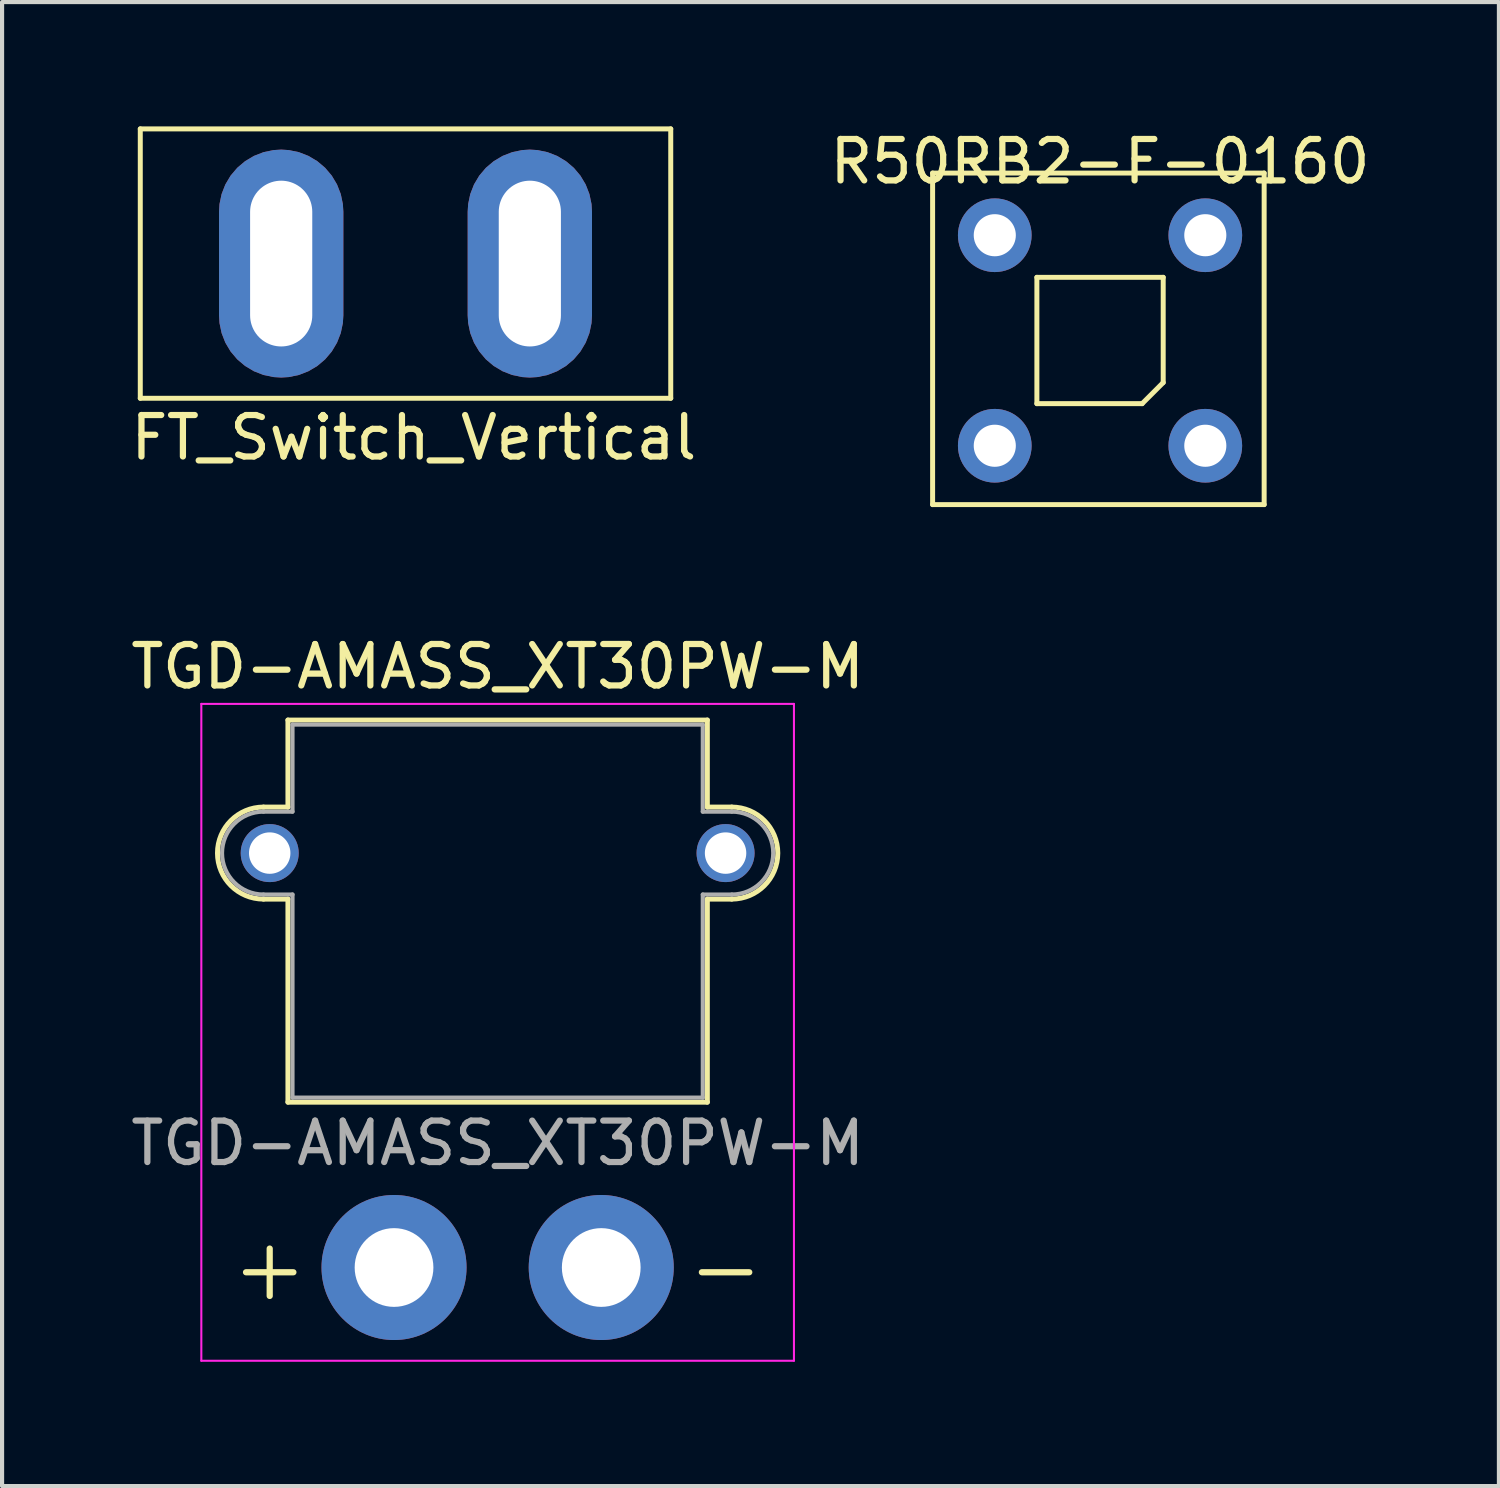
<source format=kicad_pcb>
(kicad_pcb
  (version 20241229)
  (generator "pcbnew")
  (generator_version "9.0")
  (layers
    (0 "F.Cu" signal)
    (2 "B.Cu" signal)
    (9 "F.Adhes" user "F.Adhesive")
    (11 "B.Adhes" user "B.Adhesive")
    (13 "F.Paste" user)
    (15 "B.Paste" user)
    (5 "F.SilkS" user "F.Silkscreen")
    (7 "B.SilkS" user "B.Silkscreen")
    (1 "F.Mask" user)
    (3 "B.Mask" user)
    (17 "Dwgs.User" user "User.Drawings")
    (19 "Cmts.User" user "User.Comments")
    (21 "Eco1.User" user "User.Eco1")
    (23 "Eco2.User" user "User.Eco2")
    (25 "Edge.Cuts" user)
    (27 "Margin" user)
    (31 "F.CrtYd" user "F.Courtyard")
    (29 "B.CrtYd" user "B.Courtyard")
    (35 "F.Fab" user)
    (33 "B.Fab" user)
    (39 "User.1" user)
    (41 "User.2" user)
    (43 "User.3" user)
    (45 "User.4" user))
  (footprint "R50RB2-F-0160"
    (layer "F.Cu")
    (at 20.954 2.626)
    (property "Reference" "R50RB2-F-0160" (at 2.54 -1.778 0) (layer "F.SilkS") (effects (font (size 1 1) (thickness 0.15))))
    (attr through_hole)
    (fp_line (start -1.5 -1.5) (end -1.5 6.5) (stroke (width 0.12) (type solid)) (layer "F.SilkS"))
    (fp_line (start -1.5 6.5) (end 6.5 6.5) (stroke (width 0.12) (type solid)) (layer "F.SilkS"))
    (fp_line (start 1.016 1.016) (end 1.016 4.064) (stroke (width 0.12) (type solid)) (layer "F.SilkS"))
    (fp_line (start 1.016 4.064) (end 3.556 4.064) (stroke (width 0.12) (type solid)) (layer "F.SilkS"))
    (fp_line (start 3.556 4.064) (end 4.064 3.556) (stroke (width 0.12) (type solid)) (layer "F.SilkS"))
    (fp_line (start 4.064 1.016) (end 1.016 1.016) (stroke (width 0.12) (type solid)) (layer "F.SilkS"))
    (fp_line (start 4.064 3.556) (end 4.064 1.016) (stroke (width 0.12) (type solid)) (layer "F.SilkS"))
    (fp_line (start 6.5 -1.5) (end -1.5 -1.5) (stroke (width 0.12) (type solid)) (layer "F.SilkS"))
    (fp_line (start 6.5 6.5) (end 6.5 -1.5) (stroke (width 0.12) (type solid)) (layer "F.SilkS"))
    (pad "1" thru_hole circle (at 0 0) (size 1.778 1.778) (drill 1.016) (layers "*.Cu" "*.Mask"))
    (pad "2" thru_hole circle (at 0 5.08) (size 1.778 1.778) (drill 1.016) (layers "*.Cu" "*.Mask"))
    (pad "3" thru_hole circle (at 5.08 5.08) (size 1.778 1.778) (drill 1.016) (layers "*.Cu" "*.Mask"))
    (pad "4" thru_hole circle (at 5.08 0) (size 1.778 1.778) (drill 1.016) (layers "*.Cu" "*.Mask")))
  (footprint "TGD-AMASS_XT30PW-M"
    (layer "F.Cu")
    (at 8.958 27.535)
    (property "Reference" "TGD-AMASS_XT30PW-M" (at 0 -14.5 0) (layer "F.SilkS") (effects (font (size 1 1) (thickness 0.15))))
    (attr through_hole)
    (fp_line (start -5.65 -11.11) (end -5.06 -11.11) (stroke (width 0.12) (type solid)) (layer "F.SilkS"))
    (fp_line (start -5.65 -8.89) (end -5.06 -8.89) (stroke (width 0.12) (type solid)) (layer "F.SilkS"))
    (fp_line (start -5.06 -13.21) (end -5.06 -11.11) (stroke (width 0.12) (type solid)) (layer "F.SilkS"))
    (fp_line (start -5.06 -13.21) (end 5.06 -13.21) (stroke (width 0.12) (type solid)) (layer "F.SilkS"))
    (fp_line (start -5.06 -8.89) (end -5.06 -3.99) (stroke (width 0.12) (type solid)) (layer "F.SilkS"))
    (fp_line (start -5.06 -3.99) (end 5.06 -3.99) (stroke (width 0.12) (type solid)) (layer "F.SilkS"))
    (fp_line (start 5.06 -13.21) (end 5.06 -11.11) (stroke (width 0.12) (type solid)) (layer "F.SilkS"))
    (fp_line (start 5.06 -11.11) (end 5.65 -11.11) (stroke (width 0.12) (type solid)) (layer "F.SilkS"))
    (fp_line (start 5.06 -8.89) (end 5.06 -3.99) (stroke (width 0.12) (type solid)) (layer "F.SilkS"))
    (fp_line (start 5.06 -8.89) (end 5.65 -8.89) (stroke (width 0.12) (type solid)) (layer "F.SilkS"))
    (fp_arc (start -5.65 -8.89) (mid -6.76 -10) (end -5.65 -11.11) (stroke (width 0.12) (type solid)) (layer "F.SilkS"))
    (fp_arc (start 5.65 -11.11) (mid 6.76 -10) (end 5.65 -8.89) (stroke (width 0.12) (type solid)) (layer "F.SilkS"))
    (fp_line (start -7.15 -13.6) (end -7.15 2.25) (stroke (width 0.05) (type solid)) (layer "F.CrtYd"))
    (fp_line (start -7.15 -13.6) (end 7.15 -13.6) (stroke (width 0.05) (type solid)) (layer "F.CrtYd"))
    (fp_line (start -7.15 2.25) (end 7.15 2.25) (stroke (width 0.05) (type solid)) (layer "F.CrtYd"))
    (fp_line (start 7.15 -13.6) (end 7.15 2.25) (stroke (width 0.05) (type solid)) (layer "F.CrtYd"))
    (fp_line (start -5.65 -11) (end -4.95 -11) (stroke (width 0.1) (type solid)) (layer "F.Fab"))
    (fp_line (start -5.65 -9) (end -4.95 -9) (stroke (width 0.1) (type solid)) (layer "F.Fab"))
    (fp_line (start -4.95 -13.1) (end -4.95 -11) (stroke (width 0.1) (type solid)) (layer "F.Fab"))
    (fp_line (start -4.95 -13.1) (end 4.95 -13.1) (stroke (width 0.1) (type solid)) (layer "F.Fab"))
    (fp_line (start -4.95 -9) (end -4.95 -4.1) (stroke (width 0.1) (type solid)) (layer "F.Fab"))
    (fp_line (start -4.95 -4.1) (end 4.95 -4.1) (stroke (width 0.1) (type solid)) (layer "F.Fab"))
    (fp_line (start 4.95 -13.1) (end 4.95 -11) (stroke (width 0.1) (type solid)) (layer "F.Fab"))
    (fp_line (start 4.95 -11) (end 5.65 -11) (stroke (width 0.1) (type solid)) (layer "F.Fab"))
    (fp_line (start 4.95 -9) (end 4.95 -4.1) (stroke (width 0.1) (type solid)) (layer "F.Fab"))
    (fp_line (start 4.95 -9) (end 5.65 -9) (stroke (width 0.1) (type solid)) (layer "F.Fab"))
    (fp_arc (start -5.65 -9) (mid -6.65 -10) (end -5.65 -11) (stroke (width 0.1) (type solid)) (layer "F.Fab"))
    (fp_arc (start 5.65 -11) (mid 6.65 -10) (end 5.65 -9) (stroke (width 0.1) (type solid)) (layer "F.Fab"))
    (fp_text user "-" (at 5.5 0 0) (layer "F.SilkS") (effects (font (size 1.5 1.5) (thickness 0.15))))
    (fp_text user "+" (at -5.5 0 0) (layer "F.SilkS") (effects (font (size 1.5 1.5) (thickness 0.15))))
    (fp_text user "${REFERENCE}" (at 0 -3 0) (layer "F.Fab") (effects (font (size 1 1) (thickness 0.15))))
    (pad "" thru_hole circle (at -5.5 -10) (size 1.4 1.4) (drill 1) (layers "*.Cu" "*.Mask"))
    (pad "" thru_hole circle (at 5.5 -10) (size 1.4 1.4) (drill 1) (layers "*.Cu" "*.Mask"))
    (pad "1" thru_hole circle (at 2.5 0) (size 3.5 3.5) (drill 1.9) (layers "*.Cu" "*.Mask"))
    (pad "2" thru_hole circle (at -2.5 0) (size 3.5 3.5) (drill 1.9) (layers "*.Cu" "*.Mask")))
  (footprint "FT_Switch_Vertical"
    (layer "F.Cu")
    (at 3.735 3.31)
    (property "Reference" "FT_Switch_Vertical" (at 3.2 4.2 0) (layer "F.SilkS") (effects (font (size 1 1) (thickness 0.15))))
    (attr through_hole)
    (fp_line (start -3.4 -3.25) (end 9.4 -3.25) (stroke (width 0.12) (type solid)) (layer "F.SilkS"))
    (fp_line (start -3.4 3.25) (end -3.4 -3.25) (stroke (width 0.12) (type solid)) (layer "F.SilkS"))
    (fp_line (start 9.4 -3.25) (end 9.4 3.25) (stroke (width 0.12) (type solid)) (layer "F.SilkS"))
    (fp_line (start 9.4 3.25) (end -3.4 3.25) (stroke (width 0.12) (type solid)) (layer "F.SilkS"))
    (pad "1" thru_hole roundrect (at 0 0) (size 3 5.5) (drill oval 1.5 4) (layers "*.Cu" "*.Mask") (roundrect_rratio 0.5))
    (pad "2" thru_hole roundrect (at 6 0) (size 3 5.5) (drill oval 1.5 4) (layers "*.Cu" "*.Mask") (roundrect_rratio 0.5)))
  (gr_rect
    (start -3 -3)
    (end 33.119 32.809)
    (stroke (width 0.1) (type default))
    (fill no)
    (layer "Edge.Cuts")))
</source>
